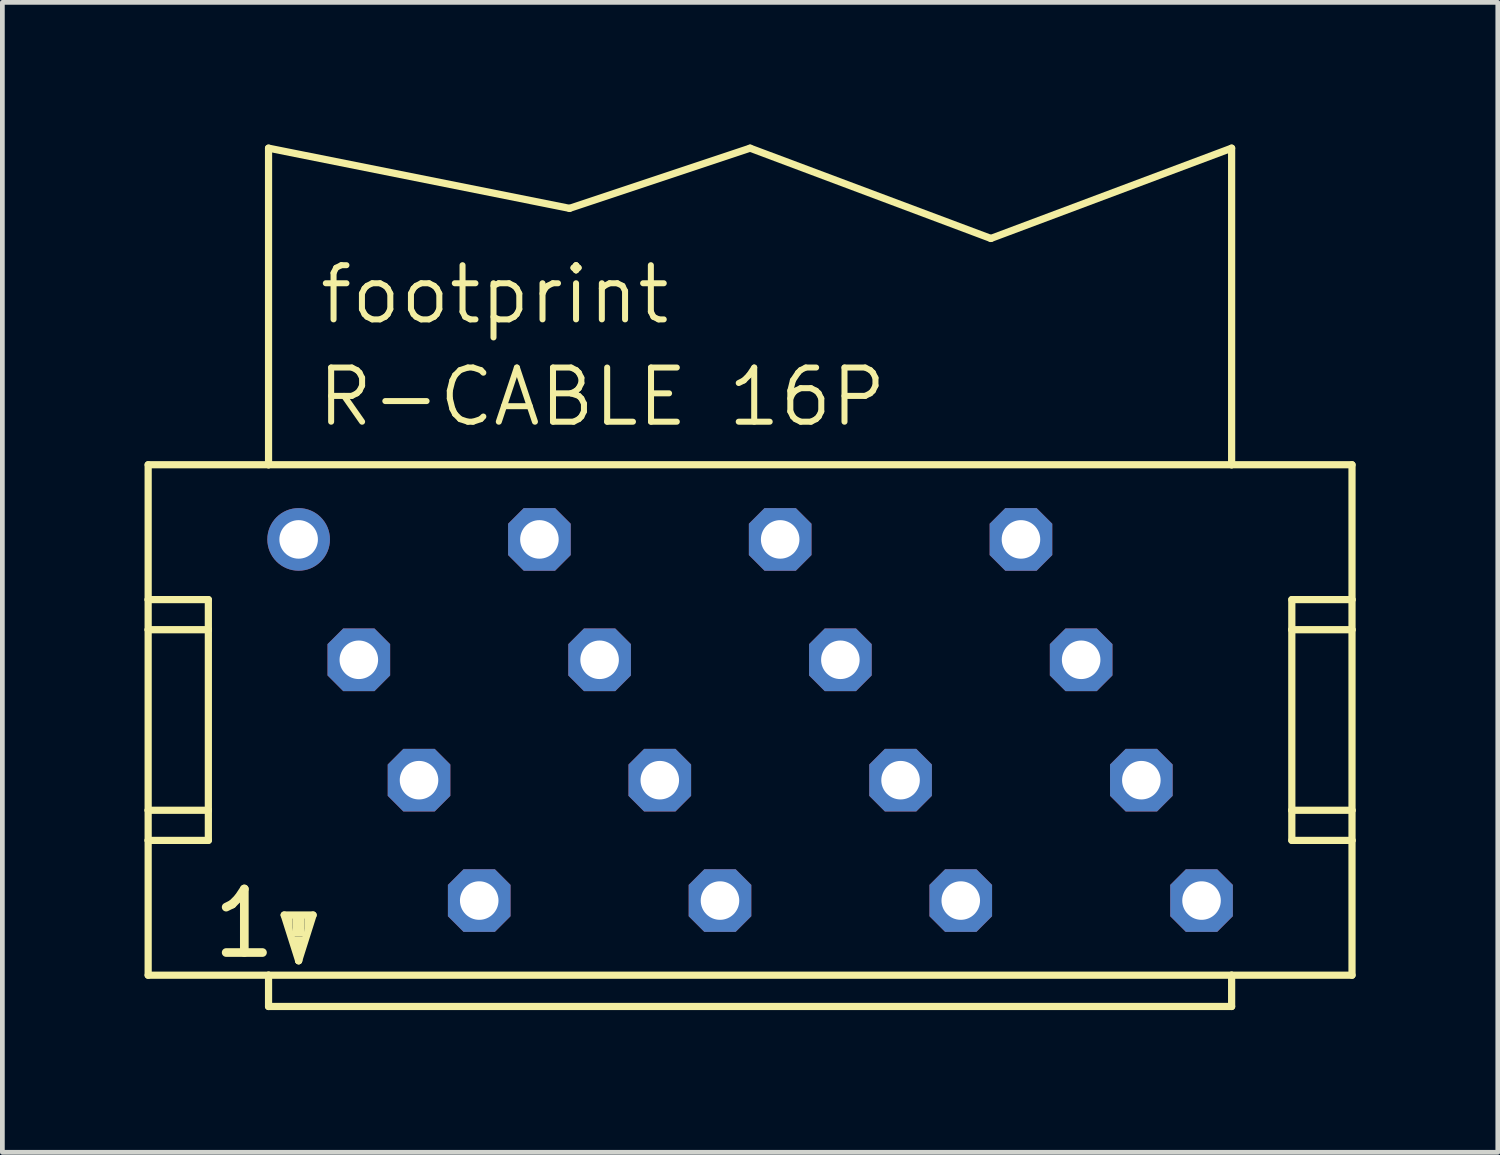
<source format=kicad_pcb>
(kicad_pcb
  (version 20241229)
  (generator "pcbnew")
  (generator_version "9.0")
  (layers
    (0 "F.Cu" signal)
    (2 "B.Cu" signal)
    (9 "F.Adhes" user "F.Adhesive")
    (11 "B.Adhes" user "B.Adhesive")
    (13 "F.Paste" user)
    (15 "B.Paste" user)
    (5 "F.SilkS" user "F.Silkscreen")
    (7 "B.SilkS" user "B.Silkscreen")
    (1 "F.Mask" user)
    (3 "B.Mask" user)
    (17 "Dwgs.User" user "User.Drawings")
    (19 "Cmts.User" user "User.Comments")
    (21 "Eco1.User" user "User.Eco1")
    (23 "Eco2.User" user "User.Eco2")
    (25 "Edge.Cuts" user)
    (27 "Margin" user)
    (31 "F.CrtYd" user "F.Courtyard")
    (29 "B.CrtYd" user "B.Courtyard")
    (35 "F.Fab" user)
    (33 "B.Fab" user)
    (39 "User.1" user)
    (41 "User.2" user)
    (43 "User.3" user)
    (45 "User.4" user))
  (footprint "footprint"
    (layer "F.Cu")
    (at 12.776 12.141)
    (property "Reference" "footprint" (at -9.144 -8.306 0) (layer "F.SilkS") (effects (font (size 1.143 1.143) (thickness 0.127)) (justify left bottom)))
    (fp_line (start -12.7 -5.385) (end -12.7 -2.54) (stroke (width 0.152) (type solid)) (layer "F.SilkS"))
    (fp_line (start -12.7 -2.54) (end -12.7 -1.905) (stroke (width 0.152) (type solid)) (layer "F.SilkS"))
    (fp_line (start -12.7 -2.54) (end -11.43 -2.54) (stroke (width 0.152) (type solid)) (layer "F.SilkS"))
    (fp_line (start -12.7 -1.905) (end -12.7 1.905) (stroke (width 0.152) (type solid)) (layer "F.SilkS"))
    (fp_line (start -12.7 -1.905) (end -11.43 -1.905) (stroke (width 0.152) (type solid)) (layer "F.SilkS"))
    (fp_line (start -12.7 1.905) (end -12.7 2.54) (stroke (width 0.152) (type solid)) (layer "F.SilkS"))
    (fp_line (start -12.7 1.905) (end -11.43 1.905) (stroke (width 0.152) (type solid)) (layer "F.SilkS"))
    (fp_line (start -12.7 2.54) (end -12.7 5.385) (stroke (width 0.152) (type solid)) (layer "F.SilkS"))
    (fp_line (start -12.7 5.385) (end -10.16 5.385) (stroke (width 0.152) (type solid)) (layer "F.SilkS"))
    (fp_line (start -11.43 -2.54) (end -11.43 -1.905) (stroke (width 0.152) (type solid)) (layer "F.SilkS"))
    (fp_line (start -11.43 -1.905) (end -11.43 1.905) (stroke (width 0.152) (type solid)) (layer "F.SilkS"))
    (fp_line (start -11.43 1.905) (end -11.43 2.54) (stroke (width 0.152) (type solid)) (layer "F.SilkS"))
    (fp_line (start -11.43 2.54) (end -12.7 2.54) (stroke (width 0.152) (type solid)) (layer "F.SilkS"))
    (fp_line (start -10.16 -5.385) (end -12.7 -5.385) (stroke (width 0.152) (type solid)) (layer "F.SilkS"))
    (fp_line (start -10.16 -5.385) (end -10.16 -12.065) (stroke (width 0.152) (type solid)) (layer "F.SilkS"))
    (fp_line (start -10.16 5.385) (end 10.16 5.385) (stroke (width 0.152) (type solid)) (layer "F.SilkS"))
    (fp_line (start -10.16 6.045) (end -10.16 5.385) (stroke (width 0.152) (type solid)) (layer "F.SilkS"))
    (fp_line (start -9.83 4.115) (end -9.22 4.115) (stroke (width 0.152) (type solid)) (layer "F.SilkS"))
    (fp_line (start -9.525 5.08) (end -9.83 4.115) (stroke (width 0.152) (type solid)) (layer "F.SilkS"))
    (fp_line (start -9.525 5.08) (end -9.525 4.826) (stroke (width 0.152) (type solid)) (layer "F.SilkS"))
    (fp_line (start -9.22 4.115) (end -9.525 5.08) (stroke (width 0.152) (type solid)) (layer "F.SilkS"))
    (fp_line (start -3.81 -10.795) (end -10.16 -12.065) (stroke (width 0.152) (type solid)) (layer "F.SilkS"))
    (fp_line (start -3.81 -10.795) (end 0 -12.065) (stroke (width 0.152) (type solid)) (layer "F.SilkS"))
    (fp_line (start 5.08 -10.16) (end 0 -12.065) (stroke (width 0.152) (type solid)) (layer "F.SilkS"))
    (fp_line (start 5.08 -10.16) (end 10.16 -12.065) (stroke (width 0.152) (type solid)) (layer "F.SilkS"))
    (fp_line (start 10.16 -12.065) (end 10.16 -5.385) (stroke (width 0.152) (type solid)) (layer "F.SilkS"))
    (fp_line (start 10.16 -5.385) (end -10.16 -5.385) (stroke (width 0.152) (type solid)) (layer "F.SilkS"))
    (fp_line (start 10.16 5.385) (end 10.16 6.045) (stroke (width 0.152) (type solid)) (layer "F.SilkS"))
    (fp_line (start 10.16 5.385) (end 12.7 5.385) (stroke (width 0.152) (type solid)) (layer "F.SilkS"))
    (fp_line (start 10.16 6.045) (end -10.16 6.045) (stroke (width 0.152) (type solid)) (layer "F.SilkS"))
    (fp_line (start 11.43 -2.54) (end 11.43 -1.905) (stroke (width 0.152) (type solid)) (layer "F.SilkS"))
    (fp_line (start 11.43 -2.54) (end 12.7 -2.54) (stroke (width 0.152) (type solid)) (layer "F.SilkS"))
    (fp_line (start 11.43 -1.905) (end 11.43 1.905) (stroke (width 0.152) (type solid)) (layer "F.SilkS"))
    (fp_line (start 11.43 -1.905) (end 12.7 -1.905) (stroke (width 0.152) (type solid)) (layer "F.SilkS"))
    (fp_line (start 11.43 1.905) (end 11.43 2.54) (stroke (width 0.152) (type solid)) (layer "F.SilkS"))
    (fp_line (start 11.43 1.905) (end 12.7 1.905) (stroke (width 0.152) (type solid)) (layer "F.SilkS"))
    (fp_line (start 12.7 -5.385) (end 10.16 -5.385) (stroke (width 0.152) (type solid)) (layer "F.SilkS"))
    (fp_line (start 12.7 -2.54) (end 12.7 -5.385) (stroke (width 0.152) (type solid)) (layer "F.SilkS"))
    (fp_line (start 12.7 -1.905) (end 12.7 -2.54) (stroke (width 0.152) (type solid)) (layer "F.SilkS"))
    (fp_line (start 12.7 1.905) (end 12.7 -1.905) (stroke (width 0.152) (type solid)) (layer "F.SilkS"))
    (fp_line (start 12.7 2.54) (end 11.43 2.54) (stroke (width 0.152) (type solid)) (layer "F.SilkS"))
    (fp_line (start 12.7 2.54) (end 12.7 1.905) (stroke (width 0.152) (type solid)) (layer "F.SilkS"))
    (fp_line (start 12.7 5.385) (end 12.7 2.54) (stroke (width 0.152) (type solid)) (layer "F.SilkS"))
    (fp_poly (pts (xy -9.779 4.445) (xy -9.652 4.445) (xy -9.652 4.064) (xy -9.779 4.064)) (stroke (width 0) (type solid)) (fill yes) (layer "F.SilkS"))
    (fp_poly (pts (xy -9.652 4.572) (xy -9.398 4.572) (xy -9.398 4.064) (xy -9.652 4.064)) (stroke (width 0) (type solid)) (fill yes) (layer "F.SilkS"))
    (fp_poly (pts (xy -9.652 4.826) (xy -9.398 4.826) (xy -9.398 4.572) (xy -9.652 4.572)) (stroke (width 0) (type solid)) (fill yes) (layer "F.SilkS"))
    (fp_poly (pts (xy -9.398 4.445) (xy -9.271 4.445) (xy -9.271 4.064) (xy -9.398 4.064)) (stroke (width 0) (type solid)) (fill yes) (layer "F.SilkS"))
    (fp_text user "R-CABLE 16P" (at -9.195 -6.147 0) (layer "F.SilkS") (effects (font (size 1.143 1.143) (thickness 0.127)) (justify left bottom)))
    (fp_text user "1" (at -11.43 5.08 0) (layer "F.SilkS") (effects (font (size 1.341 1.341) (thickness 0.183)) (justify left bottom)))
    (pad "1" thru_hole circle (at -9.525 -3.81) (size 1.321 1.321) (drill 0.813) (layers "*.Cu" "*.Mask"))
    (pad "2" thru_hole roundrect (at -8.255 -1.27) (size 1.321 1.321) (drill 0.813) (layers "*.Cu" "*.Mask") (roundrect_rratio 0.25) (chamfer_ratio 0.25) (chamfer top_left top_right bottom_left bottom_right))
    (pad "3" thru_hole roundrect (at -6.985 1.27) (size 1.321 1.321) (drill 0.813) (layers "*.Cu" "*.Mask") (roundrect_rratio 0.25) (chamfer_ratio 0.25) (chamfer top_left top_right bottom_left bottom_right))
    (pad "4" thru_hole roundrect (at -5.715 3.81) (size 1.321 1.321) (drill 0.813) (layers "*.Cu" "*.Mask") (roundrect_rratio 0.25) (chamfer_ratio 0.25) (chamfer top_left top_right bottom_left bottom_right))
    (pad "5" thru_hole roundrect (at -4.445 -3.81) (size 1.321 1.321) (drill 0.813) (layers "*.Cu" "*.Mask") (roundrect_rratio 0.25) (chamfer_ratio 0.25) (chamfer top_left top_right bottom_left bottom_right))
    (pad "6" thru_hole roundrect (at -3.175 -1.27) (size 1.321 1.321) (drill 0.813) (layers "*.Cu" "*.Mask") (roundrect_rratio 0.25) (chamfer_ratio 0.25) (chamfer top_left top_right bottom_left bottom_right))
    (pad "7" thru_hole roundrect (at -1.905 1.27) (size 1.321 1.321) (drill 0.813) (layers "*.Cu" "*.Mask") (roundrect_rratio 0.25) (chamfer_ratio 0.25) (chamfer top_left top_right bottom_left bottom_right))
    (pad "8" thru_hole roundrect (at -0.635 3.81) (size 1.321 1.321) (drill 0.813) (layers "*.Cu" "*.Mask") (roundrect_rratio 0.25) (chamfer_ratio 0.25) (chamfer top_left top_right bottom_left bottom_right))
    (pad "9" thru_hole roundrect (at 0.635 -3.81) (size 1.321 1.321) (drill 0.813) (layers "*.Cu" "*.Mask") (roundrect_rratio 0.25) (chamfer_ratio 0.25) (chamfer top_left top_right bottom_left bottom_right))
    (pad "10" thru_hole roundrect (at 1.905 -1.27) (size 1.321 1.321) (drill 0.813) (layers "*.Cu" "*.Mask") (roundrect_rratio 0.25) (chamfer_ratio 0.25) (chamfer top_left top_right bottom_left bottom_right))
    (pad "11" thru_hole roundrect (at 3.175 1.27) (size 1.321 1.321) (drill 0.813) (layers "*.Cu" "*.Mask") (roundrect_rratio 0.25) (chamfer_ratio 0.25) (chamfer top_left top_right bottom_left bottom_right))
    (pad "12" thru_hole roundrect (at 4.445 3.81) (size 1.321 1.321) (drill 0.813) (layers "*.Cu" "*.Mask") (roundrect_rratio 0.25) (chamfer_ratio 0.25) (chamfer top_left top_right bottom_left bottom_right))
    (pad "13" thru_hole roundrect (at 5.715 -3.81) (size 1.321 1.321) (drill 0.813) (layers "*.Cu" "*.Mask") (roundrect_rratio 0.25) (chamfer_ratio 0.25) (chamfer top_left top_right bottom_left bottom_right))
    (pad "14" thru_hole roundrect (at 6.985 -1.27) (size 1.321 1.321) (drill 0.813) (layers "*.Cu" "*.Mask") (roundrect_rratio 0.25) (chamfer_ratio 0.25) (chamfer top_left top_right bottom_left bottom_right))
    (pad "15" thru_hole roundrect (at 8.255 1.27) (size 1.321 1.321) (drill 0.813) (layers "*.Cu" "*.Mask") (roundrect_rratio 0.25) (chamfer_ratio 0.25) (chamfer top_left top_right bottom_left bottom_right))
    (pad "16" thru_hole roundrect (at 9.525 3.81) (size 1.321 1.321) (drill 0.813) (layers "*.Cu" "*.Mask") (roundrect_rratio 0.25) (chamfer_ratio 0.25) (chamfer top_left top_right bottom_left bottom_right)))
  (gr_rect
    (start -3 -3)
    (end 28.552 21.263)
    (stroke (width 0.1) (type default))
    (fill no)
    (layer "Edge.Cuts")))
</source>
